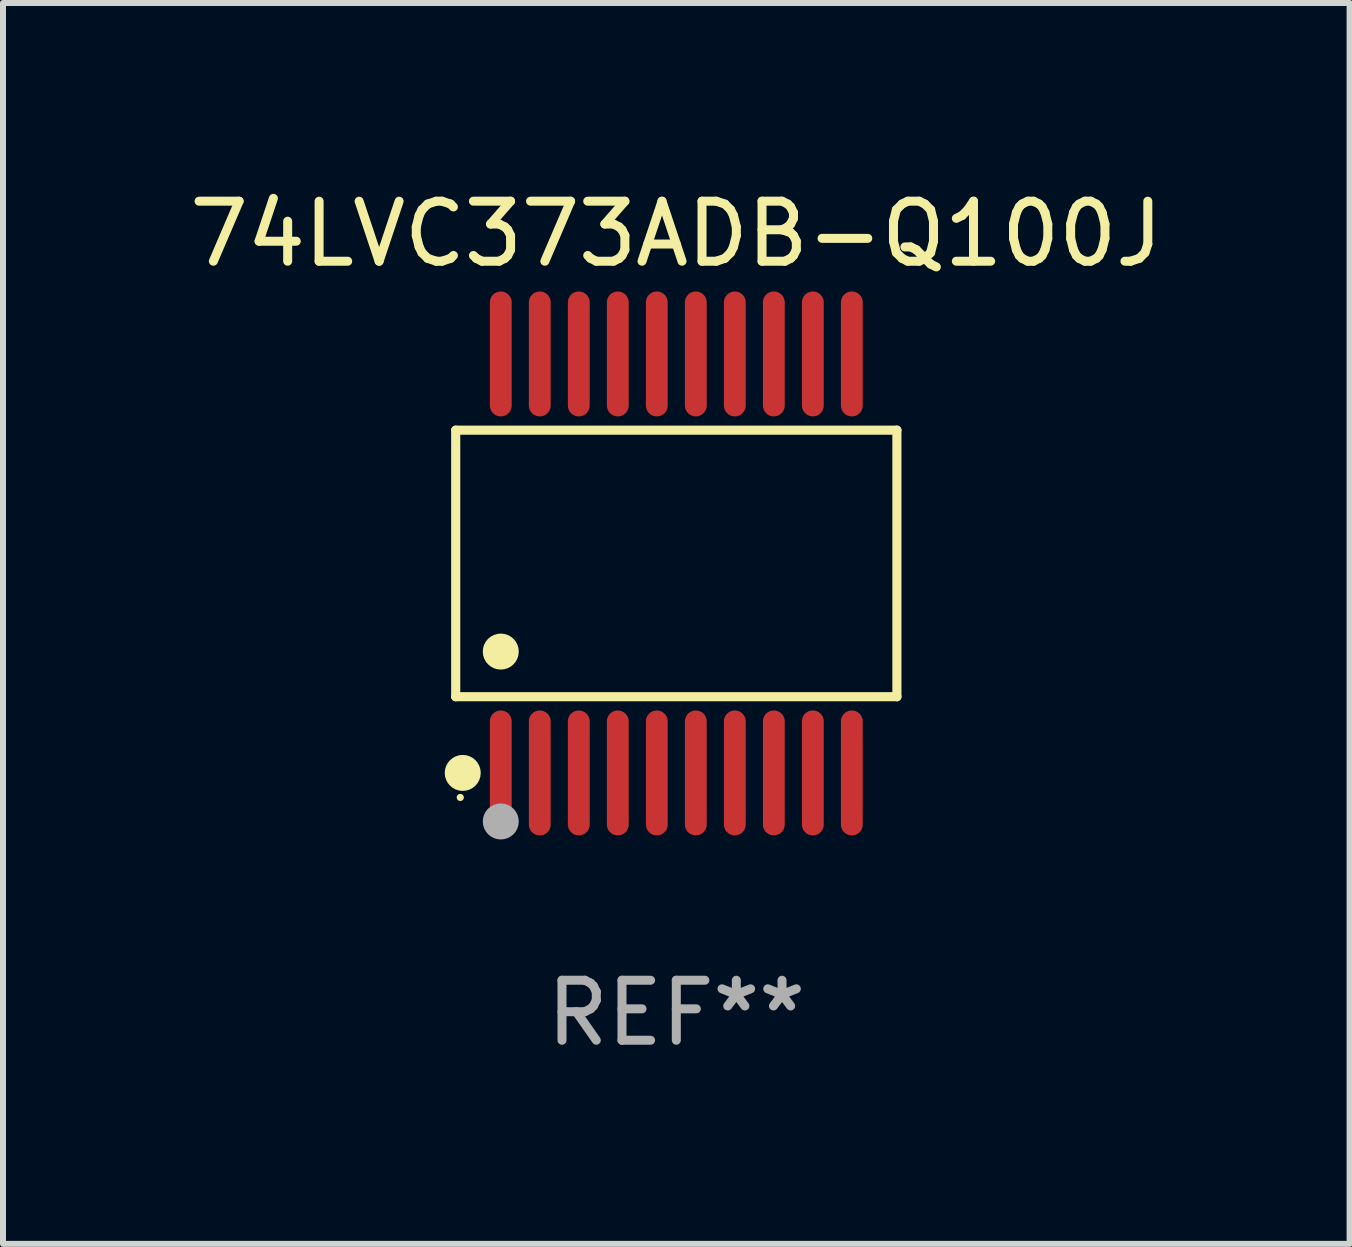
<source format=kicad_pcb>
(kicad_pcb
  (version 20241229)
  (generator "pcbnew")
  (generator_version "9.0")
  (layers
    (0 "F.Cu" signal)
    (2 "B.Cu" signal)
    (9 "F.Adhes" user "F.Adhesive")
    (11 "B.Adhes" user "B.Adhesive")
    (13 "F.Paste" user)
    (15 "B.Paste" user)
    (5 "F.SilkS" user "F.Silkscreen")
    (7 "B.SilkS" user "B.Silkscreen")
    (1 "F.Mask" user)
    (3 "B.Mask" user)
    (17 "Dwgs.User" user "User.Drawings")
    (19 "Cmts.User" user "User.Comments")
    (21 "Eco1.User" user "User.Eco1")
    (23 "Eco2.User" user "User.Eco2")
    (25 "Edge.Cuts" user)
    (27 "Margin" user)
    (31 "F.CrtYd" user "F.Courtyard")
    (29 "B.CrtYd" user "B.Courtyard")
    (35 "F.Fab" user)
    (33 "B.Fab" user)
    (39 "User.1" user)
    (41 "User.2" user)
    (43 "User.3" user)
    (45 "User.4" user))
  (footprint "74LVC373ADB-Q100J"
    (layer "F.Cu")
    (at 8.22 6.339)
    (property "Reference" "74LVC373ADB-Q100J" (at 0 -5.491 0) (layer "F.SilkS") (effects (font (size 1 1) (thickness 0.15))))
    (attr through_hole)
    (fp_line (start -3.676 -2.221) (end 3.676 -2.221) (stroke (width 0.152) (type solid)) (layer "F.SilkS"))
    (fp_line (start -3.676 2.221) (end -3.676 -2.221) (stroke (width 0.152) (type solid)) (layer "F.SilkS"))
    (fp_line (start 3.676 -2.221) (end 3.676 2.221) (stroke (width 0.152) (type solid)) (layer "F.SilkS"))
    (fp_line (start 3.676 2.221) (end -3.676 2.221) (stroke (width 0.152) (type solid)) (layer "F.SilkS"))
    (fp_circle (center -3.6 3.9) (end -3.57 3.9) (stroke (width 0.06) (type solid)) (fill no) (layer "F.SilkS"))
    (fp_circle (center -3.559 3.491) (end -3.409 3.491) (stroke (width 0.3) (type solid)) (fill no) (layer "F.SilkS"))
    (fp_circle (center -2.925 1.469) (end -2.775 1.469) (stroke (width 0.3) (type solid)) (fill no) (layer "F.SilkS"))
    (fp_circle (center -2.925 4.3) (end -2.775 4.3) (stroke (width 0.3) (type solid)) (fill no) (layer "F.Fab"))
    (fp_text user "REF**" (at 0 7.491 0) (layer "F.Fab") (effects (font (size 1 1) (thickness 0.15))))
    (pad "1" smd oval (at -2.925 3.491) (size 0.364 2.082) (layers "F.Cu" "F.Mask" "F.Paste"))
    (pad "2" smd oval (at -2.275 3.491) (size 0.364 2.082) (layers "F.Cu" "F.Mask" "F.Paste"))
    (pad "3" smd oval (at -1.625 3.491) (size 0.364 2.082) (layers "F.Cu" "F.Mask" "F.Paste"))
    (pad "4" smd oval (at -0.975 3.491) (size 0.364 2.082) (layers "F.Cu" "F.Mask" "F.Paste"))
    (pad "5" smd oval (at -0.325 3.491) (size 0.364 2.082) (layers "F.Cu" "F.Mask" "F.Paste"))
    (pad "6" smd oval (at 0.325 3.491) (size 0.364 2.082) (layers "F.Cu" "F.Mask" "F.Paste"))
    (pad "7" smd oval (at 0.975 3.491) (size 0.364 2.082) (layers "F.Cu" "F.Mask" "F.Paste"))
    (pad "8" smd oval (at 1.625 3.491) (size 0.364 2.082) (layers "F.Cu" "F.Mask" "F.Paste"))
    (pad "9" smd oval (at 2.275 3.491) (size 0.364 2.082) (layers "F.Cu" "F.Mask" "F.Paste"))
    (pad "10" smd oval (at 2.925 3.491) (size 0.364 2.082) (layers "F.Cu" "F.Mask" "F.Paste"))
    (pad "11" smd oval (at 2.925 -3.491) (size 0.364 2.082) (layers "F.Cu" "F.Mask" "F.Paste"))
    (pad "12" smd oval (at 2.275 -3.491) (size 0.364 2.082) (layers "F.Cu" "F.Mask" "F.Paste"))
    (pad "13" smd oval (at 1.625 -3.491) (size 0.364 2.082) (layers "F.Cu" "F.Mask" "F.Paste"))
    (pad "14" smd oval (at 0.975 -3.491) (size 0.364 2.082) (layers "F.Cu" "F.Mask" "F.Paste"))
    (pad "15" smd oval (at 0.325 -3.491) (size 0.364 2.082) (layers "F.Cu" "F.Mask" "F.Paste"))
    (pad "16" smd oval (at -0.325 -3.491) (size 0.364 2.082) (layers "F.Cu" "F.Mask" "F.Paste"))
    (pad "17" smd oval (at -0.975 -3.491) (size 0.364 2.082) (layers "F.Cu" "F.Mask" "F.Paste"))
    (pad "18" smd oval (at -1.625 -3.491) (size 0.364 2.082) (layers "F.Cu" "F.Mask" "F.Paste"))
    (pad "19" smd oval (at -2.275 -3.491) (size 0.364 2.082) (layers "F.Cu" "F.Mask" "F.Paste"))
    (pad "20" smd oval (at -2.925 -3.491) (size 0.364 2.082) (layers "F.Cu" "F.Mask" "F.Paste")))
  (gr_rect
    (start -3 -3)
    (end 19.44 17.678)
    (stroke (width 0.1) (type default))
    (fill no)
    (layer "Edge.Cuts")))
</source>
